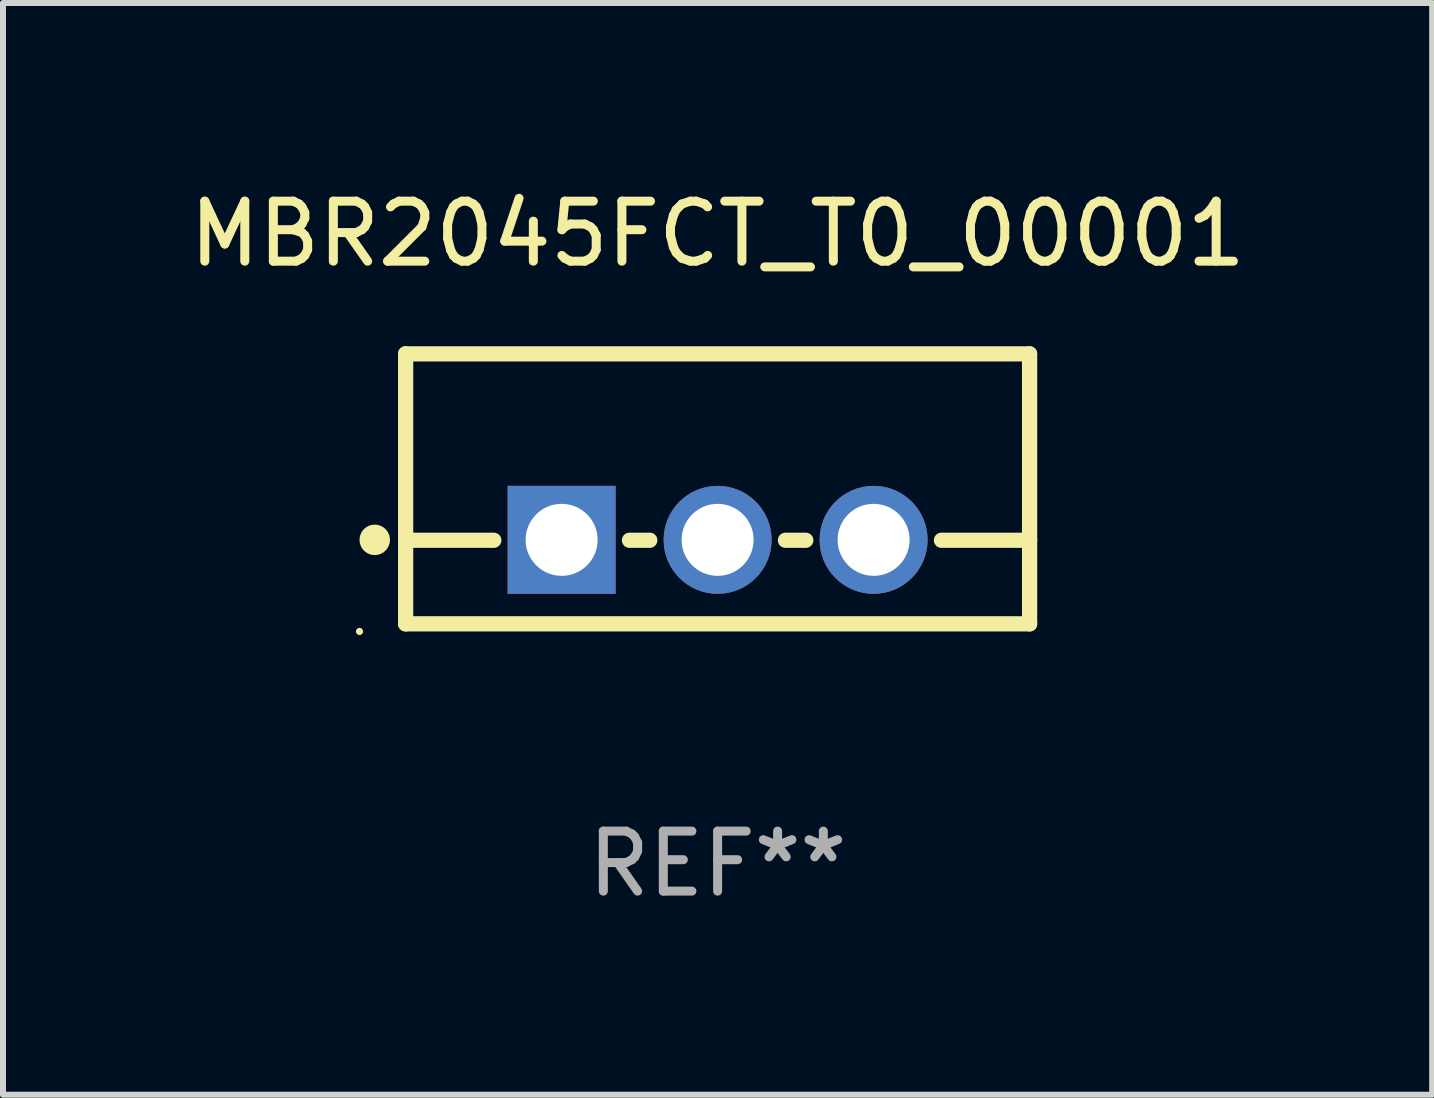
<source format=kicad_pcb>
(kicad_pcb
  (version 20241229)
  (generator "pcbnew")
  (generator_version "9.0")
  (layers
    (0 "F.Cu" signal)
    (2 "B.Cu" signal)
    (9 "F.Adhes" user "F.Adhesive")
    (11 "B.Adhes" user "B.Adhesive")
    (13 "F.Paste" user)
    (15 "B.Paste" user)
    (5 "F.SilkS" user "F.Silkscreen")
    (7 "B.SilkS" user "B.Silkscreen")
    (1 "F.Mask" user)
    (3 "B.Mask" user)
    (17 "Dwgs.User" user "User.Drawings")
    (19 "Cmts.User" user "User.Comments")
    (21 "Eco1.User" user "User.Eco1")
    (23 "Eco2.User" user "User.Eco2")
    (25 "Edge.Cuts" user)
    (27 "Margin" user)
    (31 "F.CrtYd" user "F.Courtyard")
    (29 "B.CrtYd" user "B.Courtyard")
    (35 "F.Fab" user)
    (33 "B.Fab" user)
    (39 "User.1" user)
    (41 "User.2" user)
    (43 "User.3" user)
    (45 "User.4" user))
  (footprint "MBR2045FCT_T0_00001"
    (layer "F.Cu")
    (at 8.911 5.098)
    (property "Reference" "MBR2045FCT_T0_00001" (at 0 -4.25 0) (layer "F.SilkS") (effects (font (size 1 1) (thickness 0.15))))
    (attr through_hole)
    (fp_line (start -5.2 -2.25) (end -5.2 2.25) (stroke (width 0.254) (type solid)) (layer "F.SilkS"))
    (fp_line (start -5.2 -2.25) (end 5.2 -2.25) (stroke (width 0.254) (type solid)) (layer "F.SilkS"))
    (fp_line (start -5.2 0.857) (end -3.731 0.857) (stroke (width 0.254) (type solid)) (layer "F.SilkS"))
    (fp_line (start -5.2 2.25) (end 5.2 2.25) (stroke (width 0.254) (type solid)) (layer "F.SilkS"))
    (fp_line (start -1.469 0.857) (end -1.131 0.857) (stroke (width 0.254) (type solid)) (layer "F.SilkS"))
    (fp_line (start 1.131 0.857) (end 1.469 0.857) (stroke (width 0.254) (type solid)) (layer "F.SilkS"))
    (fp_line (start 3.731 0.857) (end 5.2 0.857) (stroke (width 0.254) (type solid)) (layer "F.SilkS"))
    (fp_line (start 5.2 -2.25) (end 5.2 2.25) (stroke (width 0.254) (type solid)) (layer "F.SilkS"))
    (fp_circle (center -5.969 2.377) (end -5.939 2.377) (stroke (width 0.06) (type solid)) (fill no) (layer "F.SilkS"))
    (fp_circle (center -5.715 0.85) (end -5.588 0.85) (stroke (width 0.254) (type solid)) (fill no) (layer "F.SilkS"))
    (fp_text user "REF**" (at 0 6.25 0) (layer "F.Fab") (effects (font (size 1 1) (thickness 0.15))))
    (pad "1" thru_hole rect (at -2.6 0.85) (size 1.8 1.8) (drill 1.2) (layers "*.Cu" "*.Mask"))
    (pad "2" thru_hole circle (at 0 0.85) (size 1.8 1.8) (drill 1.2) (layers "*.Cu" "*.Mask"))
    (pad "3" thru_hole circle (at 2.6 0.85) (size 1.8 1.8) (drill 1.2) (layers "*.Cu" "*.Mask")))
  (gr_rect
    (start -3 -3)
    (end 20.821 15.197)
    (stroke (width 0.1) (type default))
    (fill no)
    (layer "Edge.Cuts")))
</source>
